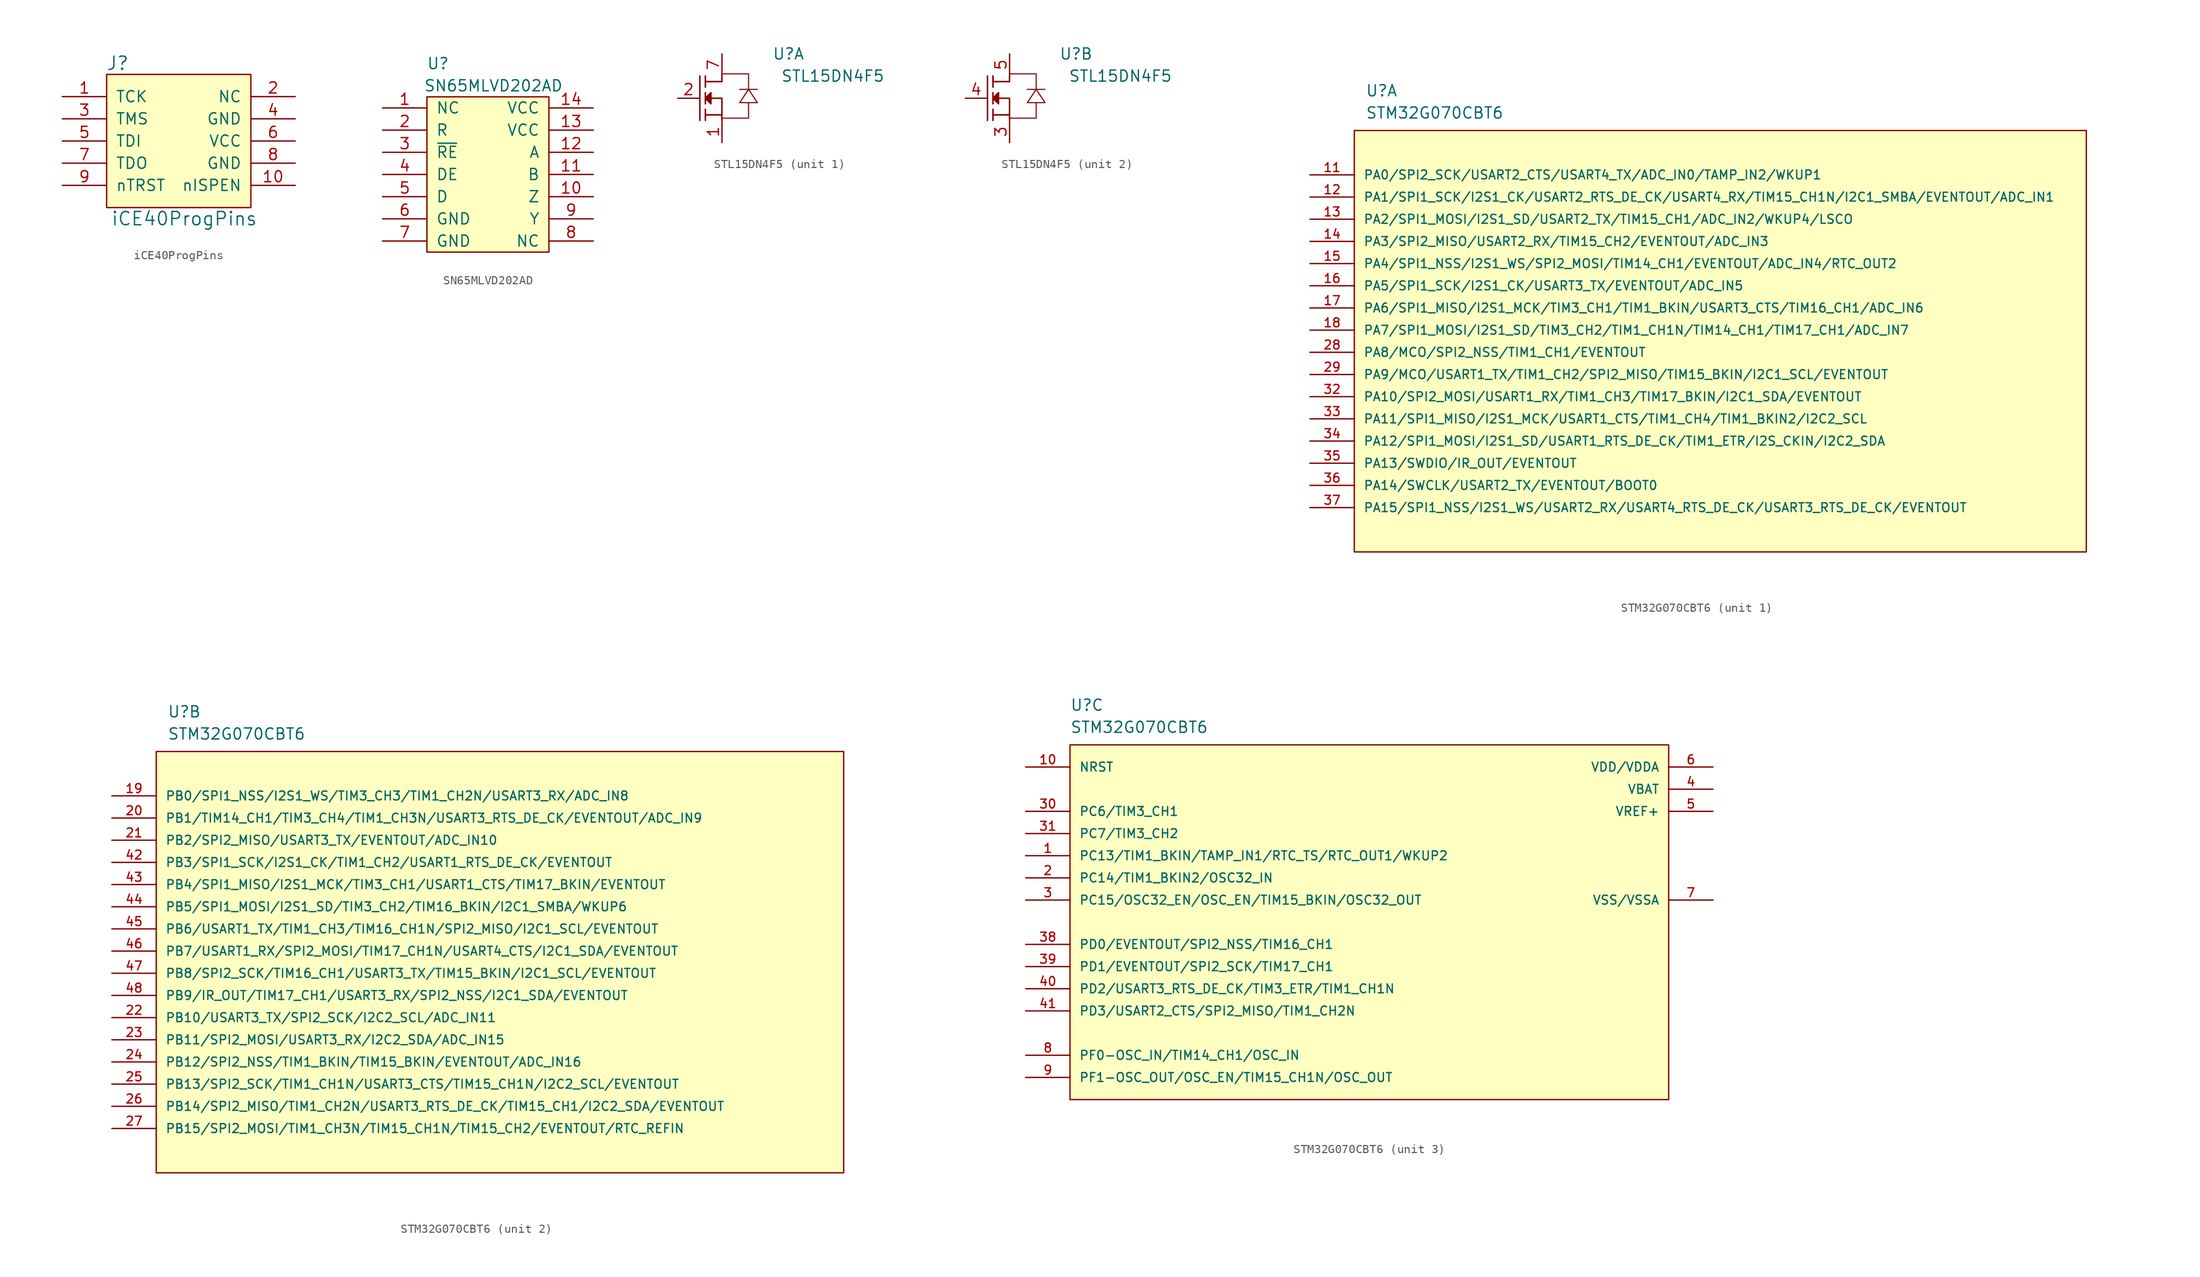
<source format=kicad_sym>
(kicad_symbol_lib
  (version 20211014)
  (generator kicad_symbol_editor)
  (symbol "iCE40ProgPins"
    (pin_names
      (offset 1.016))
    (property "Reference" "J"
      (at -15.24 16.51 0)
      (effects (font (size 1.524 1.524))))
    (property "Value" "iCE40ProgPins"
      (at -7.62 -1.27 0)
      (effects (font (size 1.524 1.524))))
    (symbol "iCE40ProgPins_1_1"
      (rectangle (start -16.51 15.24) (end 0 0) (stroke (width 0) (type default) (color 0 0 0 0)) (fill (type background)))
      (pin input line (at -21.59 12.7 0) (length 5.08) (name "TCK" (effects (font (size 1.27 1.27)))) (number "1" (effects (font (size 1.27 1.27)))))
      (pin input line (at 5.08 2.54 180) (length 5.08) (name "nISPEN" (effects (font (size 1.27 1.27)))) (number "10" (effects (font (size 1.27 1.27)))))
      (pin input line (at 5.08 12.7 180) (length 5.08) (name "NC" (effects (font (size 1.27 1.27)))) (number "2" (effects (font (size 1.27 1.27)))))
      (pin input line (at -21.59 10.16 0) (length 5.08) (name "TMS" (effects (font (size 1.27 1.27)))) (number "3" (effects (font (size 1.27 1.27)))))
      (pin input line (at 5.08 10.16 180) (length 5.08) (name "GND" (effects (font (size 1.27 1.27)))) (number "4" (effects (font (size 1.27 1.27)))))
      (pin input line (at -21.59 7.62 0) (length 5.08) (name "TDI" (effects (font (size 1.27 1.27)))) (number "5" (effects (font (size 1.27 1.27)))))
      (pin input line (at 5.08 7.62 180) (length 5.08) (name "VCC" (effects (font (size 1.27 1.27)))) (number "6" (effects (font (size 1.27 1.27)))))
      (pin input line (at -21.59 5.08 0) (length 5.08) (name "TDO" (effects (font (size 1.27 1.27)))) (number "7" (effects (font (size 1.27 1.27)))))
      (pin input line (at 5.08 5.08 180) (length 5.08) (name "GND" (effects (font (size 1.27 1.27)))) (number "8" (effects (font (size 1.27 1.27)))))
      (pin input line (at -21.59 2.54 0) (length 5.08) (name "nTRST" (effects (font (size 1.27 1.27)))) (number "9" (effects (font (size 1.27 1.27)))))))
  (symbol "SN65MLVD202AD"
    (pin_names
      (offset 1.016))
    (property "Reference" "U"
      (at -6.35 12.7 0)
      (effects (font (size 1.27 1.27))))
    (property "Value" "SN65MLVD202AD"
      (at 0 10.16 0)
      (effects (font (size 1.27 1.27))))
    (symbol "SN65MLVD202AD_0_1"
      (rectangle (start -7.62 8.89) (end 6.35 -8.89) (stroke (width 0) (type default) (color 0 0 0 0)) (fill (type background))))
    (symbol "SN65MLVD202AD_1_1"
      (pin input line (at -12.7 7.62 0) (length 5.08) (name "NC" (effects (font (size 1.27 1.27)))) (number "1" (effects (font (size 1.27 1.27)))))
      (pin input line (at 11.43 -2.54 180) (length 5.08) (name "Z" (effects (font (size 1.27 1.27)))) (number "10" (effects (font (size 1.27 1.27)))))
      (pin input line (at 11.43 0 180) (length 5.08) (name "B" (effects (font (size 1.27 1.27)))) (number "11" (effects (font (size 1.27 1.27)))))
      (pin input line (at 11.43 2.54 180) (length 5.08) (name "A" (effects (font (size 1.27 1.27)))) (number "12" (effects (font (size 1.27 1.27)))))
      (pin input line (at 11.43 5.08 180) (length 5.08) (name "VCC" (effects (font (size 1.27 1.27)))) (number "13" (effects (font (size 1.27 1.27)))))
      (pin input line (at 11.43 7.62 180) (length 5.08) (name "VCC" (effects (font (size 1.27 1.27)))) (number "14" (effects (font (size 1.27 1.27)))))
      (pin input line (at -12.7 5.08 0) (length 5.08) (name "R" (effects (font (size 1.27 1.27)))) (number "2" (effects (font (size 1.27 1.27)))))
      (pin input line (at -12.7 2.54 0) (length 5.08) (name "~{RE}" (effects (font (size 1.27 1.27)))) (number "3" (effects (font (size 1.27 1.27)))))
      (pin input line (at -12.7 0 0) (length 5.08) (name "DE" (effects (font (size 1.27 1.27)))) (number "4" (effects (font (size 1.27 1.27)))))
      (pin input line (at -12.7 -2.54 0) (length 5.08) (name "D" (effects (font (size 1.27 1.27)))) (number "5" (effects (font (size 1.27 1.27)))))
      (pin input line (at -12.7 -5.08 0) (length 5.08) (name "GND" (effects (font (size 1.27 1.27)))) (number "6" (effects (font (size 1.27 1.27)))))
      (pin input line (at -12.7 -7.62 0) (length 5.08) (name "GND" (effects (font (size 1.27 1.27)))) (number "7" (effects (font (size 1.27 1.27)))))
      (pin input line (at 11.43 -7.62 180) (length 5.08) (name "NC" (effects (font (size 1.27 1.27)))) (number "8" (effects (font (size 1.27 1.27)))))
      (pin input line (at 11.43 -5.08 180) (length 5.08) (name "Y" (effects (font (size 1.27 1.27)))) (number "9" (effects (font (size 1.27 1.27)))))))
  (symbol "STL15DN4F5"
    (pin_names
      (offset 1.016))
    (property "Reference" "U"
      (at 7.62 5.08 0)
      (effects (font (size 1.27 1.27))))
    (property "Value" "STL15DN4F5"
      (at 12.7 2.54 0)
      (effects (font (size 1.27 1.27))))
    (symbol "STL15DN4F5_0_1"
      (polyline (pts (xy -2.54 2.54) (xy -2.54 -2.54)) (stroke (width 0) (type default) (color 0 0 0 0)) (fill (type none)))
      (polyline (pts (xy -2.54 2.54) (xy -2.54 -2.54)) (stroke (width 0) (type default) (color 0 0 0 0)) (fill (type none)))
      (polyline (pts (xy -1.905 -1.905) (xy 0 -1.905)) (stroke (width 0) (type default) (color 0 0 0 0)) (fill (type none)))
      (polyline (pts (xy -1.905 -1.905) (xy 0 -1.905)) (stroke (width 0) (type default) (color 0 0 0 0)) (fill (type none)))
      (polyline (pts (xy -1.905 -1.27) (xy -1.905 -2.54)) (stroke (width 0) (type default) (color 0 0 0 0)) (fill (type none)))
      (polyline (pts (xy -1.905 -1.27) (xy -1.905 -2.54)) (stroke (width 0) (type default) (color 0 0 0 0)) (fill (type none)))
      (polyline (pts (xy -1.905 0.635) (xy -1.905 -0.635)) (stroke (width 0) (type default) (color 0 0 0 0)) (fill (type none)))
      (polyline (pts (xy -1.905 0.635) (xy -1.905 -0.635)) (stroke (width 0) (type default) (color 0 0 0 0)) (fill (type none)))
      (polyline (pts (xy -1.905 1.905) (xy 0 1.905)) (stroke (width 0) (type default) (color 0 0 0 0)) (fill (type none)))
      (polyline (pts (xy -1.905 1.905) (xy 0 1.905)) (stroke (width 0) (type default) (color 0 0 0 0)) (fill (type none)))
      (polyline (pts (xy -1.905 2.54) (xy -1.905 1.27)) (stroke (width 0) (type default) (color 0 0 0 0)) (fill (type none)))
      (polyline (pts (xy -1.905 2.54) (xy -1.905 1.27)) (stroke (width 0) (type default) (color 0 0 0 0)) (fill (type none)))
      (polyline (pts (xy 0 1.905) (xy 0 2.54)) (stroke (width 0) (type default) (color 0 0 0 0)) (fill (type none)))
      (polyline (pts (xy 0 1.905) (xy 0 2.54)) (stroke (width 0) (type default) (color 0 0 0 0)) (fill (type none)))
      (polyline (pts (xy -1.905 0) (xy 0 0) (xy 0 -2.54)) (stroke (width 0) (type default) (color 0 0 0 0)) (fill (type none)))
      (polyline (pts (xy -1.905 0) (xy 0 0) (xy 0 -2.54)) (stroke (width 0) (type default) (color 0 0 0 0)) (fill (type none)))
      (polyline (pts (xy -1.905 0) (xy -1.27 -0.635) (xy -1.27 0.635) (xy -1.905 0)) (stroke (width 0) (type default) (color 0 0 0 0)) (fill (type outline)))
      (polyline (pts (xy -1.905 0) (xy -1.27 -0.635) (xy -1.27 0.635) (xy -1.905 0)) (stroke (width 0) (type default) (color 0 0 0 0)) (fill (type outline))))
    (symbol "STL15DN4F5_1_1"
      (polyline (pts (xy 2.032 1.016) (xy 4.064 1.016)) (stroke (width 0.127) (type default) (color 0 0 0 0)) (fill (type none)))
      (polyline (pts (xy 3.048 -0.508) (xy 3.048 -2.286) (xy 0 -2.286)) (stroke (width 0.127) (type default) (color 0 0 0 0)) (fill (type none)))
      (polyline (pts (xy 3.048 1.016) (xy 3.048 2.794) (xy 0 2.794)) (stroke (width 0.127) (type default) (color 0 0 0 0)) (fill (type none)))
      (polyline (pts (xy 2.032 -0.508) (xy 3.048 1.016) (xy 4.064 -0.508) (xy 2.032 -0.508)) (stroke (width 0.127) (type default) (color 0 0 0 0)) (fill (type none)))
      (pin input line (at 0 -5.08 90) (length 2.489) (name "~" (effects (font (size 1.27 1.27)))) (number "1" (effects (font (size 1.27 1.27)))))
      (pin input line (at -5.08 0 0) (length 2.489) (name "~" (effects (font (size 1.27 1.27)))) (number "2" (effects (font (size 1.27 1.27)))))
      (pin input line (at 0 5.08 270) (length 2.489) (name "~" (effects (font (size 1.27 1.27)))) (number "7" (effects (font (size 1.27 1.27))))))
    (symbol "STL15DN4F5_2_1"
      (polyline (pts (xy 2.032 1.016) (xy 4.064 1.016)) (stroke (width 0.127) (type default) (color 0 0 0 0)) (fill (type none)))
      (polyline (pts (xy 3.048 -0.508) (xy 3.048 -2.286) (xy 0 -2.286)) (stroke (width 0.127) (type default) (color 0 0 0 0)) (fill (type none)))
      (polyline (pts (xy 3.048 1.016) (xy 3.048 2.794) (xy 0 2.794)) (stroke (width 0.127) (type default) (color 0 0 0 0)) (fill (type none)))
      (polyline (pts (xy 2.032 -0.508) (xy 3.048 1.016) (xy 4.064 -0.508) (xy 2.032 -0.508)) (stroke (width 0.127) (type default) (color 0 0 0 0)) (fill (type none)))
      (pin input line (at 0 -5.08 90) (length 2.489) (name "~" (effects (font (size 1.27 1.27)))) (number "3" (effects (font (size 1.27 1.27)))))
      (pin input line (at -5.08 0 0) (length 2.489) (name "~" (effects (font (size 1.27 1.27)))) (number "4" (effects (font (size 1.27 1.27)))))
      (pin input line (at 0 5.08 270) (length 2.489) (name "~" (effects (font (size 1.27 1.27)))) (number "5" (effects (font (size 1.27 1.27)))))))
  (symbol "STM32G070CBT6"
    (pin_names
      (offset 1.016))
    (property "Reference" "U"
      (at -34.29 26.67 0)
      (effects (font (size 1.27 1.27)) (justify left bottom)))
    (property "Value" "STM32G070CBT6"
      (at -34.29 24.13 0)
      (effects (font (size 1.27 1.27)) (justify left bottom)))
    (property "ki_locked" ""
      (at 0 0 0)
      (effects (font (size 1.27 1.27))))
    (symbol "STM32G070CBT6_1_0"
      (rectangle (start -35.56 22.86) (end 48.26 -25.4) (stroke (width 0.152) (type default) (color 0 0 0 0)) (fill (type background)))
      (pin bidirectional line (at -40.64 17.78 0) (length 5.08) (name "PA0/SPI2_SCK/USART2_CTS/USART4_TX/ADC_IN0/TAMP_IN2/WKUP1" (effects (font (size 1.016 1.016)))) (number "11" (effects (font (size 1.016 1.016)))))
      (pin bidirectional line (at -40.64 15.24 0) (length 5.08) (name "PA1/SPI1_SCK/I2S1_CK/USART2_RTS_DE_CK/USART4_RX/TIM15_CH1N/I2C1_SMBA/EVENTOUT/ADC_IN1" (effects (font (size 1.016 1.016)))) (number "12" (effects (font (size 1.016 1.016)))))
      (pin bidirectional line (at -40.64 12.7 0) (length 5.08) (name "PA2/SPI1_MOSI/I2S1_SD/USART2_TX/TIM15_CH1/ADC_IN2/WKUP4/LSCO" (effects (font (size 1.016 1.016)))) (number "13" (effects (font (size 1.016 1.016)))))
      (pin bidirectional line (at -40.64 10.16 0) (length 5.08) (name "PA3/SPI2_MISO/USART2_RX/TIM15_CH2/EVENTOUT/ADC_IN3" (effects (font (size 1.016 1.016)))) (number "14" (effects (font (size 1.016 1.016)))))
      (pin bidirectional line (at -40.64 7.62 0) (length 5.08) (name "PA4/SPI1_NSS/I2S1_WS/SPI2_MOSI/TIM14_CH1/EVENTOUT/ADC_IN4/RTC_OUT2" (effects (font (size 1.016 1.016)))) (number "15" (effects (font (size 1.016 1.016)))))
      (pin bidirectional line (at -40.64 5.08 0) (length 5.08) (name "PA5/SPI1_SCK/I2S1_CK/USART3_TX/EVENTOUT/ADC_IN5" (effects (font (size 1.016 1.016)))) (number "16" (effects (font (size 1.016 1.016)))))
      (pin bidirectional line (at -40.64 2.54 0) (length 5.08) (name "PA6/SPI1_MISO/I2S1_MCK/TIM3_CH1/TIM1_BKIN/USART3_CTS/TIM16_CH1/ADC_IN6" (effects (font (size 1.016 1.016)))) (number "17" (effects (font (size 1.016 1.016)))))
      (pin bidirectional line (at -40.64 0 0) (length 5.08) (name "PA7/SPI1_MOSI/I2S1_SD/TIM3_CH2/TIM1_CH1N/TIM14_CH1/TIM17_CH1/ADC_IN7" (effects (font (size 1.016 1.016)))) (number "18" (effects (font (size 1.016 1.016)))))
      (pin bidirectional line (at -40.64 -2.54 0) (length 5.08) (name "PA8/MCO/SPI2_NSS/TIM1_CH1/EVENTOUT" (effects (font (size 1.016 1.016)))) (number "28" (effects (font (size 1.016 1.016)))))
      (pin bidirectional line (at -40.64 -5.08 0) (length 5.08) (name "PA9/MCO/USART1_TX/TIM1_CH2/SPI2_MISO/TIM15_BKIN/I2C1_SCL/EVENTOUT" (effects (font (size 1.016 1.016)))) (number "29" (effects (font (size 1.016 1.016)))))
      (pin bidirectional line (at -40.64 -7.62 0) (length 5.08) (name "PA10/SPI2_MOSI/USART1_RX/TIM1_CH3/TIM17_BKIN/I2C1_SDA/EVENTOUT" (effects (font (size 1.016 1.016)))) (number "32" (effects (font (size 1.016 1.016)))))
      (pin bidirectional line (at -40.64 -10.16 0) (length 5.08) (name "PA11/SPI1_MISO/I2S1_MCK/USART1_CTS/TIM1_CH4/TIM1_BKIN2/I2C2_SCL" (effects (font (size 1.016 1.016)))) (number "33" (effects (font (size 1.016 1.016)))))
      (pin bidirectional line (at -40.64 -12.7 0) (length 5.08) (name "PA12/SPI1_MOSI/I2S1_SD/USART1_RTS_DE_CK/TIM1_ETR/I2S_CKIN/I2C2_SDA" (effects (font (size 1.016 1.016)))) (number "34" (effects (font (size 1.016 1.016)))))
      (pin bidirectional line (at -40.64 -15.24 0) (length 5.08) (name "PA13/SWDIO/IR_OUT/EVENTOUT" (effects (font (size 1.016 1.016)))) (number "35" (effects (font (size 1.016 1.016)))))
      (pin bidirectional line (at -40.64 -17.78 0) (length 5.08) (name "PA14/SWCLK/USART2_TX/EVENTOUT/BOOT0" (effects (font (size 1.016 1.016)))) (number "36" (effects (font (size 1.016 1.016)))))
      (pin bidirectional line (at -40.64 -20.32 0) (length 5.08) (name "PA15/SPI1_NSS/I2S1_WS/USART2_RX/USART4_RTS_DE_CK/USART3_RTS_DE_CK/EVENTOUT" (effects (font (size 1.016 1.016)))) (number "37" (effects (font (size 1.016 1.016))))))
    (symbol "STM32G070CBT6_2_0"
      (rectangle (start -35.56 22.86) (end 43.18 -25.4) (stroke (width 0.152) (type default) (color 0 0 0 0)) (fill (type background)))
      (pin bidirectional line (at -40.64 17.78 0) (length 5.08) (name "PB0/SPI1_NSS/I2S1_WS/TIM3_CH3/TIM1_CH2N/USART3_RX/ADC_IN8" (effects (font (size 1.016 1.016)))) (number "19" (effects (font (size 1.016 1.016)))))
      (pin bidirectional line (at -40.64 15.24 0) (length 5.08) (name "PB1/TIM14_CH1/TIM3_CH4/TIM1_CH3N/USART3_RTS_DE_CK/EVENTOUT/ADC_IN9" (effects (font (size 1.016 1.016)))) (number "20" (effects (font (size 1.016 1.016)))))
      (pin bidirectional line (at -40.64 12.7 0) (length 5.08) (name "PB2/SPI2_MISO/USART3_TX/EVENTOUT/ADC_IN10" (effects (font (size 1.016 1.016)))) (number "21" (effects (font (size 1.016 1.016)))))
      (pin bidirectional line (at -40.64 -7.62 0) (length 5.08) (name "PB10/USART3_TX/SPI2_SCK/I2C2_SCL/ADC_IN11" (effects (font (size 1.016 1.016)))) (number "22" (effects (font (size 1.016 1.016)))))
      (pin bidirectional line (at -40.64 -10.16 0) (length 5.08) (name "PB11/SPI2_MOSI/USART3_RX/I2C2_SDA/ADC_IN15" (effects (font (size 1.016 1.016)))) (number "23" (effects (font (size 1.016 1.016)))))
      (pin bidirectional line (at -40.64 -12.7 0) (length 5.08) (name "PB12/SPI2_NSS/TIM1_BKIN/TIM15_BKIN/EVENTOUT/ADC_IN16" (effects (font (size 1.016 1.016)))) (number "24" (effects (font (size 1.016 1.016)))))
      (pin bidirectional line (at -40.64 -15.24 0) (length 5.08) (name "PB13/SPI2_SCK/TIM1_CH1N/USART3_CTS/TIM15_CH1N/I2C2_SCL/EVENTOUT" (effects (font (size 1.016 1.016)))) (number "25" (effects (font (size 1.016 1.016)))))
      (pin bidirectional line (at -40.64 -17.78 0) (length 5.08) (name "PB14/SPI2_MISO/TIM1_CH2N/USART3_RTS_DE_CK/TIM15_CH1/I2C2_SDA/EVENTOUT" (effects (font (size 1.016 1.016)))) (number "26" (effects (font (size 1.016 1.016)))))
      (pin bidirectional line (at -40.64 -20.32 0) (length 5.08) (name "PB15/SPI2_MOSI/TIM1_CH3N/TIM15_CH1N/TIM15_CH2/EVENTOUT/RTC_REFIN" (effects (font (size 1.016 1.016)))) (number "27" (effects (font (size 1.016 1.016)))))
      (pin bidirectional line (at -40.64 10.16 0) (length 5.08) (name "PB3/SPI1_SCK/I2S1_CK/TIM1_CH2/USART1_RTS_DE_CK/EVENTOUT" (effects (font (size 1.016 1.016)))) (number "42" (effects (font (size 1.016 1.016)))))
      (pin bidirectional line (at -40.64 7.62 0) (length 5.08) (name "PB4/SPI1_MISO/I2S1_MCK/TIM3_CH1/USART1_CTS/TIM17_BKIN/EVENTOUT" (effects (font (size 1.016 1.016)))) (number "43" (effects (font (size 1.016 1.016)))))
      (pin bidirectional line (at -40.64 5.08 0) (length 5.08) (name "PB5/SPI1_MOSI/I2S1_SD/TIM3_CH2/TIM16_BKIN/I2C1_SMBA/WKUP6" (effects (font (size 1.016 1.016)))) (number "44" (effects (font (size 1.016 1.016)))))
      (pin bidirectional line (at -40.64 2.54 0) (length 5.08) (name "PB6/USART1_TX/TIM1_CH3/TIM16_CH1N/SPI2_MISO/I2C1_SCL/EVENTOUT" (effects (font (size 1.016 1.016)))) (number "45" (effects (font (size 1.016 1.016)))))
      (pin bidirectional line (at -40.64 0 0) (length 5.08) (name "PB7/USART1_RX/SPI2_MOSI/TIM17_CH1N/USART4_CTS/I2C1_SDA/EVENTOUT" (effects (font (size 1.016 1.016)))) (number "46" (effects (font (size 1.016 1.016)))))
      (pin bidirectional line (at -40.64 -2.54 0) (length 5.08) (name "PB8/SPI2_SCK/TIM16_CH1/USART3_TX/TIM15_BKIN/I2C1_SCL/EVENTOUT" (effects (font (size 1.016 1.016)))) (number "47" (effects (font (size 1.016 1.016)))))
      (pin bidirectional line (at -40.64 -5.08 0) (length 5.08) (name "PB9/IR_OUT/TIM17_CH1/USART3_RX/SPI2_NSS/I2C1_SDA/EVENTOUT" (effects (font (size 1.016 1.016)))) (number "48" (effects (font (size 1.016 1.016))))))
    (symbol "STM32G070CBT6_3_0"
      (rectangle (start -34.29 22.86) (end 34.29 -17.78) (stroke (width 0.152) (type default) (color 0 0 0 0)) (fill (type background)))
      (pin bidirectional line (at -39.37 10.16 0) (length 5.08) (name "PC13/TIM1_BKIN/TAMP_IN1/RTC_TS/RTC_OUT1/WKUP2" (effects (font (size 1.016 1.016)))) (number "1" (effects (font (size 1.016 1.016)))))
      (pin bidirectional line (at -39.37 20.32 0) (length 5.08) (name "NRST" (effects (font (size 1.016 1.016)))) (number "10" (effects (font (size 1.016 1.016)))))
      (pin bidirectional line (at -39.37 7.62 0) (length 5.08) (name "PC14/TIM1_BKIN2/OSC32_IN" (effects (font (size 1.016 1.016)))) (number "2" (effects (font (size 1.016 1.016)))))
      (pin bidirectional line (at -39.37 5.08 0) (length 5.08) (name "PC15/OSC32_EN/OSC_EN/TIM15_BKIN/OSC32_OUT" (effects (font (size 1.016 1.016)))) (number "3" (effects (font (size 1.016 1.016)))))
      (pin bidirectional line (at -39.37 15.24 0) (length 5.08) (name "PC6/TIM3_CH1" (effects (font (size 1.016 1.016)))) (number "30" (effects (font (size 1.016 1.016)))))
      (pin bidirectional line (at -39.37 12.7 0) (length 5.08) (name "PC7/TIM3_CH2" (effects (font (size 1.016 1.016)))) (number "31" (effects (font (size 1.016 1.016)))))
      (pin bidirectional line (at -39.37 0 0) (length 5.08) (name "PD0/EVENTOUT/SPI2_NSS/TIM16_CH1" (effects (font (size 1.016 1.016)))) (number "38" (effects (font (size 1.016 1.016)))))
      (pin bidirectional line (at -39.37 -2.54 0) (length 5.08) (name "PD1/EVENTOUT/SPI2_SCK/TIM17_CH1" (effects (font (size 1.016 1.016)))) (number "39" (effects (font (size 1.016 1.016)))))
      (pin power_in line (at 39.37 17.78 180) (length 5.08) (name "VBAT" (effects (font (size 1.016 1.016)))) (number "4" (effects (font (size 1.016 1.016)))))
      (pin bidirectional line (at -39.37 -5.08 0) (length 5.08) (name "PD2/USART3_RTS_DE_CK/TIM3_ETR/TIM1_CH1N" (effects (font (size 1.016 1.016)))) (number "40" (effects (font (size 1.016 1.016)))))
      (pin bidirectional line (at -39.37 -7.62 0) (length 5.08) (name "PD3/USART2_CTS/SPI2_MISO/TIM1_CH2N" (effects (font (size 1.016 1.016)))) (number "41" (effects (font (size 1.016 1.016)))))
      (pin power_in line (at 39.37 15.24 180) (length 5.08) (name "VREF+" (effects (font (size 1.016 1.016)))) (number "5" (effects (font (size 1.016 1.016)))))
      (pin power_in line (at 39.37 20.32 180) (length 5.08) (name "VDD/VDDA" (effects (font (size 1.016 1.016)))) (number "6" (effects (font (size 1.016 1.016)))))
      (pin power_in line (at 39.37 5.08 180) (length 5.08) (name "VSS/VSSA" (effects (font (size 1.016 1.016)))) (number "7" (effects (font (size 1.016 1.016)))))
      (pin bidirectional line (at -39.37 -12.7 0) (length 5.08) (name "PF0-OSC_IN/TIM14_CH1/OSC_IN" (effects (font (size 1.016 1.016)))) (number "8" (effects (font (size 1.016 1.016)))))
      (pin bidirectional line (at -39.37 -15.24 0) (length 5.08) (name "PF1-OSC_OUT/OSC_EN/TIM15_CH1N/OSC_OUT" (effects (font (size 1.016 1.016)))) (number "9" (effects (font (size 1.016 1.016))))))))
</source>
